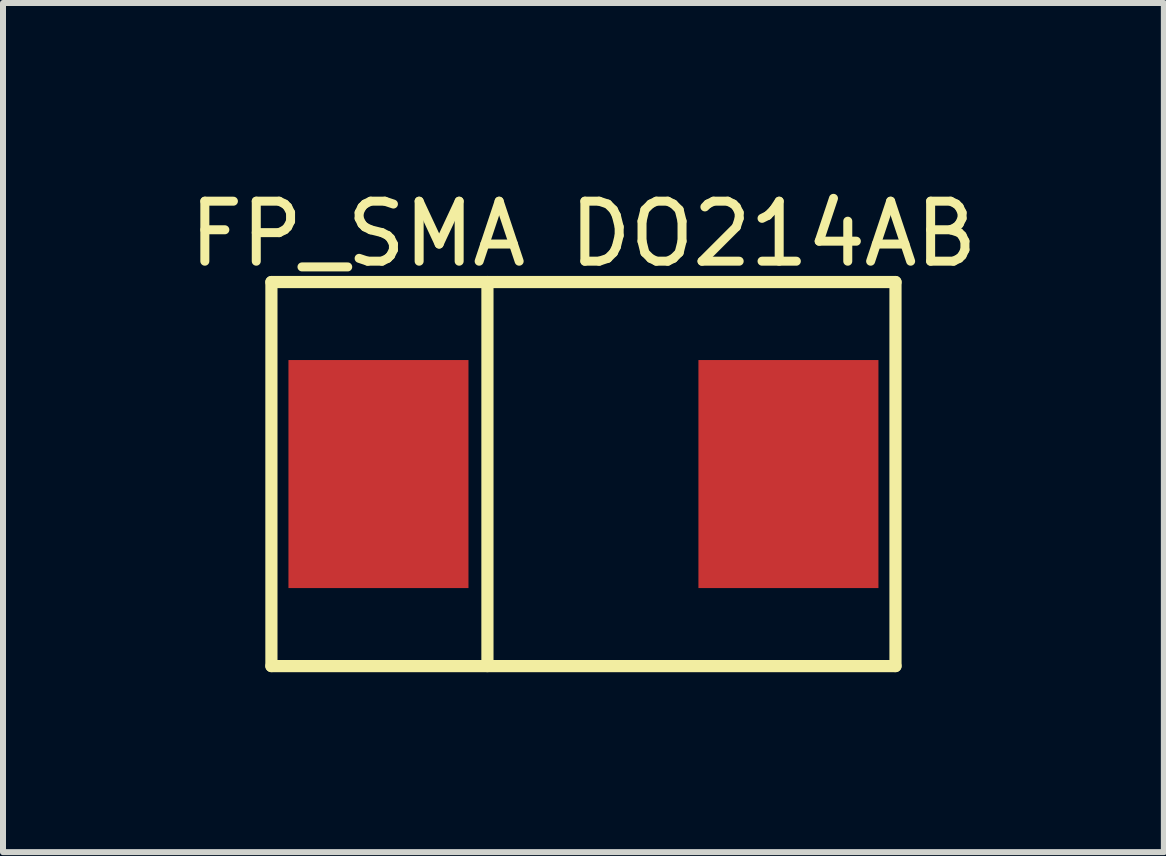
<source format=kicad_pcb>
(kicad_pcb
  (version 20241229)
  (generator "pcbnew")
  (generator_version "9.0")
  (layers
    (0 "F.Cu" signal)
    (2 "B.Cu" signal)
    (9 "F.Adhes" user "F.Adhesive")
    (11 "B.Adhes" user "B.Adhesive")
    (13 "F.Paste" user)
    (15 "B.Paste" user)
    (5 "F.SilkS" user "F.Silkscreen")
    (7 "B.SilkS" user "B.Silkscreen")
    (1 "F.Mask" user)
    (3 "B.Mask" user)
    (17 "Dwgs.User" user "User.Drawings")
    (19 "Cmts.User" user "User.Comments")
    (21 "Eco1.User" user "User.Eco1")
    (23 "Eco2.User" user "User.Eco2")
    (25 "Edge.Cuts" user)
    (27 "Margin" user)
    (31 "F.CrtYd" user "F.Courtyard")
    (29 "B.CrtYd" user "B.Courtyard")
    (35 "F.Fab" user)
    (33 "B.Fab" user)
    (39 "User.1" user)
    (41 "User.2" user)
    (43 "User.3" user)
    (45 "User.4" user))
  (footprint "FP_SMA DO214AB"
    (layer "F.Cu")
    (at 6.673 4.85)
    (property "Reference" "FP_SMA DO214AB" (at 0 -4.002 0) (layer "F.SilkS") (effects (font (size 1 1) (thickness 0.15))))
    (fp_line (start -5.2 -3.2) (end 5.2 -3.2) (stroke (width 0.203) (type solid)) (layer "F.SilkS"))
    (fp_line (start -5.2 3.2) (end -5.2 -3.2) (stroke (width 0.203) (type solid)) (layer "F.SilkS"))
    (fp_line (start -5.2 3.2) (end 5.2 3.2) (stroke (width 0.203) (type solid)) (layer "F.SilkS"))
    (fp_line (start -1.6 3.2) (end -1.6 -3.2) (stroke (width 0.203) (type solid)) (layer "F.SilkS"))
    (fp_line (start 5.2 3.2) (end 5.2 -3.2) (stroke (width 0.203) (type solid)) (layer "F.SilkS"))
    (pad "A" smd rect (at 3.416 0 180) (size 3 3.8) (layers "F.Cu" "F.Mask" "F.Paste"))
    (pad "K" smd rect (at -3.416 0 180) (size 3 3.8) (layers "F.Cu" "F.Mask" "F.Paste")))
  (gr_rect
    (start -3 -3)
    (end 16.345 11.151)
    (stroke (width 0.1) (type default))
    (fill no)
    (layer "Edge.Cuts")))
</source>
